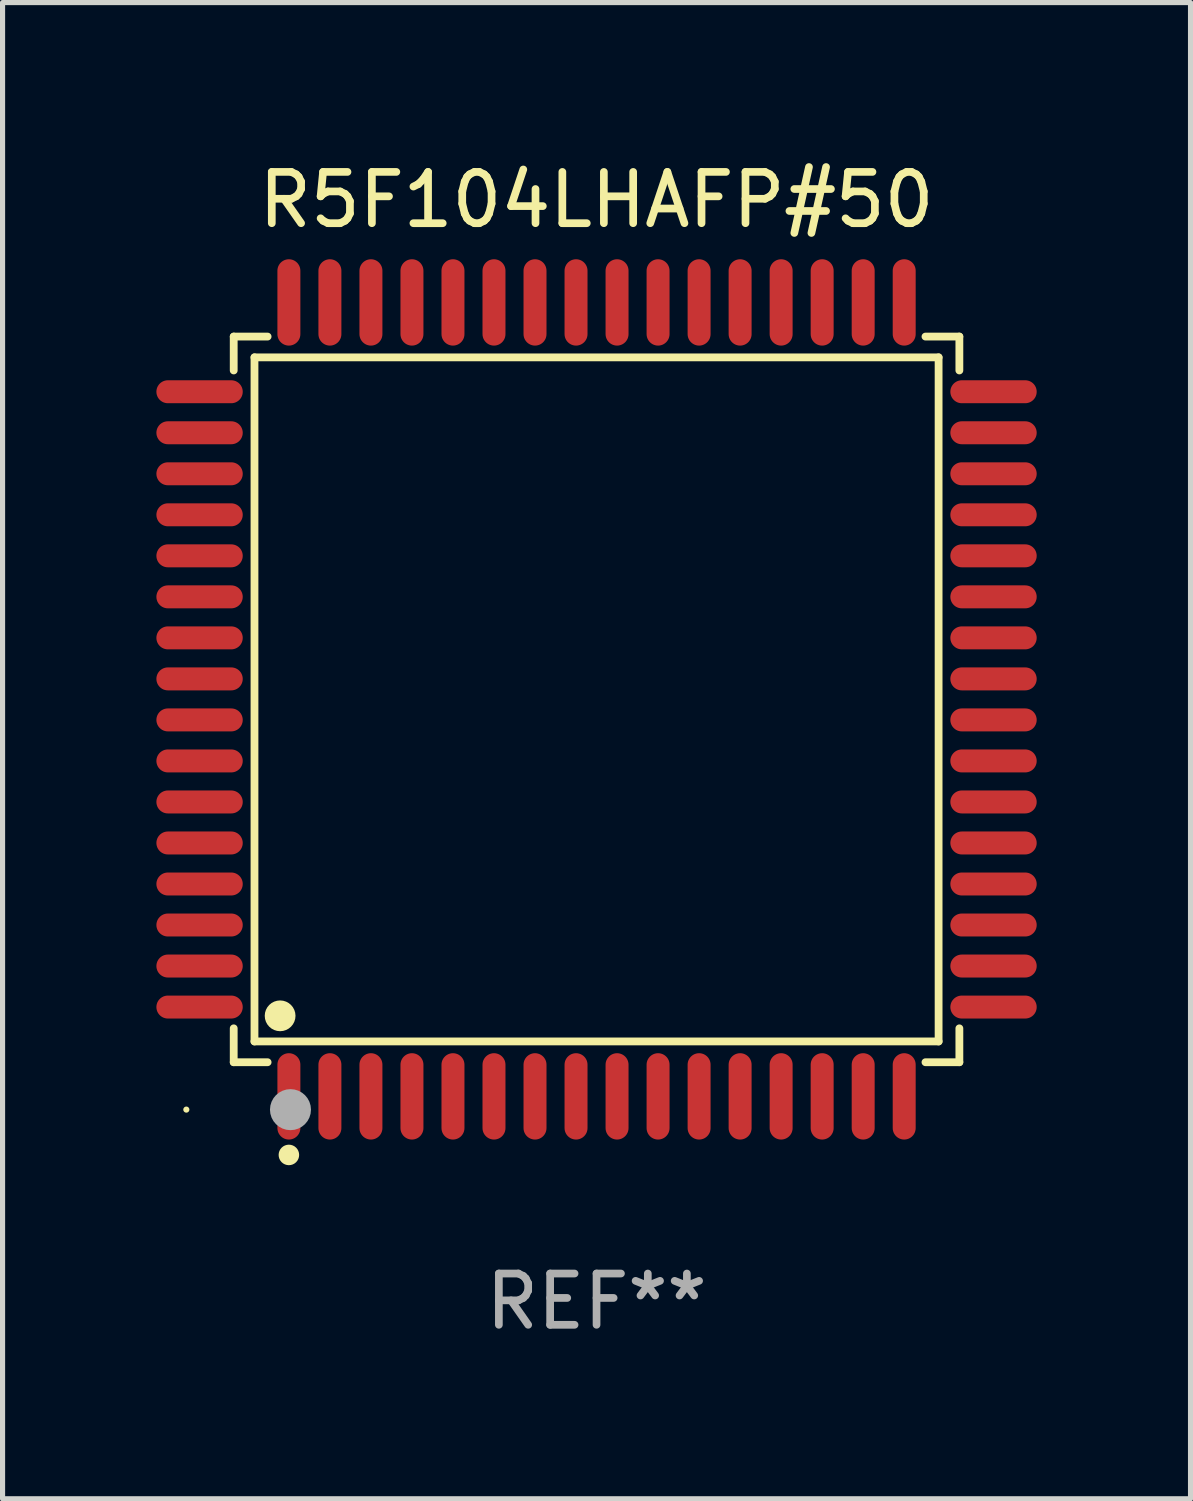
<source format=kicad_pcb>
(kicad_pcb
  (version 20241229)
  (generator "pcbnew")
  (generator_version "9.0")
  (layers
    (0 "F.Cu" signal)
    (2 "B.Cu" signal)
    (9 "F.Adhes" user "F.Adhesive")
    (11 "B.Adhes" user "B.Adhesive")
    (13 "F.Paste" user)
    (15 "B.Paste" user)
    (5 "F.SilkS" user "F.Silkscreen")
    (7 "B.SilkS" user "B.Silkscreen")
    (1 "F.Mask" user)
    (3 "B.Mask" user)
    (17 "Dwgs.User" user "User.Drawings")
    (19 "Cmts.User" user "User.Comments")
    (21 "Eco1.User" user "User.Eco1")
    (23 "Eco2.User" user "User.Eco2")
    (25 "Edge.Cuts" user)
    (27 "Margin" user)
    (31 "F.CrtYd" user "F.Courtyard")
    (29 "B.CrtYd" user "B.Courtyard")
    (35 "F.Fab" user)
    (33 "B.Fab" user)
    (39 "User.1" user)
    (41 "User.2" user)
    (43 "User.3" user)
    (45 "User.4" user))
  (footprint "R5F104LHAFP#50"
    (layer "F.Cu")
    (at 8.584 10.59)
    (property "Reference" "R5F104LHAFP#50" (at 0 -9.742 0) (layer "F.SilkS") (effects (font (size 1 1) (thickness 0.15))))
    (attr through_hole)
    (fp_line (start -7.076 -7.076) (end -6.415 -7.076) (stroke (width 0.152) (type solid)) (layer "F.SilkS"))
    (fp_line (start -7.076 -6.415) (end -7.076 -7.076) (stroke (width 0.152) (type solid)) (layer "F.SilkS"))
    (fp_line (start -7.076 6.415) (end -7.076 7.076) (stroke (width 0.152) (type solid)) (layer "F.SilkS"))
    (fp_line (start -7.076 7.076) (end -6.415 7.076) (stroke (width 0.152) (type solid)) (layer "F.SilkS"))
    (fp_line (start -6.671 -6.671) (end 6.671 -6.671) (stroke (width 0.152) (type solid)) (layer "F.SilkS"))
    (fp_line (start -6.671 6.671) (end -6.671 -6.671) (stroke (width 0.152) (type solid)) (layer "F.SilkS"))
    (fp_line (start 6.671 -6.671) (end 6.671 6.671) (stroke (width 0.152) (type solid)) (layer "F.SilkS"))
    (fp_line (start 6.671 6.671) (end -6.671 6.671) (stroke (width 0.152) (type solid)) (layer "F.SilkS"))
    (fp_line (start 7.076 -7.076) (end 6.415 -7.076) (stroke (width 0.152) (type solid)) (layer "F.SilkS"))
    (fp_line (start 7.076 -6.415) (end 7.076 -7.076) (stroke (width 0.152) (type solid)) (layer "F.SilkS"))
    (fp_line (start 7.076 6.415) (end 7.076 7.076) (stroke (width 0.152) (type solid)) (layer "F.SilkS"))
    (fp_line (start 7.076 7.076) (end 6.415 7.076) (stroke (width 0.152) (type solid)) (layer "F.SilkS"))
    (fp_circle (center -8 8) (end -7.97 8) (stroke (width 0.06) (type solid)) (fill no) (layer "F.SilkS"))
    (fp_circle (center -6.171 6.171) (end -6.021 6.171) (stroke (width 0.3) (type solid)) (fill no) (layer "F.SilkS"))
    (fp_circle (center -6 8.884) (end -5.9 8.884) (stroke (width 0.2) (type solid)) (fill no) (layer "F.SilkS"))
    (fp_circle (center -5.969 8.001) (end -5.769 8.001) (stroke (width 0.4) (type solid)) (fill no) (layer "F.Fab"))
    (fp_text user "REF**" (at 0 11.742 0) (layer "F.Fab") (effects (font (size 1 1) (thickness 0.15))))
    (pad "1" smd oval (at -6 7.742) (size 0.448 1.684) (layers "F.Cu" "F.Mask" "F.Paste"))
    (pad "2" smd oval (at -5.2 7.742) (size 0.448 1.684) (layers "F.Cu" "F.Mask" "F.Paste"))
    (pad "3" smd oval (at -4.4 7.742) (size 0.448 1.684) (layers "F.Cu" "F.Mask" "F.Paste"))
    (pad "4" smd oval (at -3.6 7.742) (size 0.448 1.684) (layers "F.Cu" "F.Mask" "F.Paste"))
    (pad "5" smd oval (at -2.8 7.742) (size 0.448 1.684) (layers "F.Cu" "F.Mask" "F.Paste"))
    (pad "6" smd oval (at -2 7.742) (size 0.448 1.684) (layers "F.Cu" "F.Mask" "F.Paste"))
    (pad "7" smd oval (at -1.2 7.742) (size 0.448 1.684) (layers "F.Cu" "F.Mask" "F.Paste"))
    (pad "8" smd oval (at -0.4 7.742) (size 0.448 1.684) (layers "F.Cu" "F.Mask" "F.Paste"))
    (pad "9" smd oval (at 0.4 7.742) (size 0.448 1.684) (layers "F.Cu" "F.Mask" "F.Paste"))
    (pad "10" smd oval (at 1.2 7.742) (size 0.448 1.684) (layers "F.Cu" "F.Mask" "F.Paste"))
    (pad "11" smd oval (at 2 7.742) (size 0.448 1.684) (layers "F.Cu" "F.Mask" "F.Paste"))
    (pad "12" smd oval (at 2.8 7.742) (size 0.448 1.684) (layers "F.Cu" "F.Mask" "F.Paste"))
    (pad "13" smd oval (at 3.6 7.742) (size 0.448 1.684) (layers "F.Cu" "F.Mask" "F.Paste"))
    (pad "14" smd oval (at 4.4 7.742) (size 0.448 1.684) (layers "F.Cu" "F.Mask" "F.Paste"))
    (pad "15" smd oval (at 5.2 7.742) (size 0.448 1.684) (layers "F.Cu" "F.Mask" "F.Paste"))
    (pad "16" smd oval (at 6 7.742) (size 0.448 1.684) (layers "F.Cu" "F.Mask" "F.Paste"))
    (pad "17" smd oval (at 7.742 6) (size 1.684 0.448) (layers "F.Cu" "F.Mask" "F.Paste"))
    (pad "18" smd oval (at 7.742 5.2) (size 1.684 0.448) (layers "F.Cu" "F.Mask" "F.Paste"))
    (pad "19" smd oval (at 7.742 4.4) (size 1.684 0.448) (layers "F.Cu" "F.Mask" "F.Paste"))
    (pad "20" smd oval (at 7.742 3.6) (size 1.684 0.448) (layers "F.Cu" "F.Mask" "F.Paste"))
    (pad "21" smd oval (at 7.742 2.8) (size 1.684 0.448) (layers "F.Cu" "F.Mask" "F.Paste"))
    (pad "22" smd oval (at 7.742 2) (size 1.684 0.448) (layers "F.Cu" "F.Mask" "F.Paste"))
    (pad "23" smd oval (at 7.742 1.2) (size 1.684 0.448) (layers "F.Cu" "F.Mask" "F.Paste"))
    (pad "24" smd oval (at 7.742 0.4) (size 1.684 0.448) (layers "F.Cu" "F.Mask" "F.Paste"))
    (pad "25" smd oval (at 7.742 -0.4) (size 1.684 0.448) (layers "F.Cu" "F.Mask" "F.Paste"))
    (pad "26" smd oval (at 7.742 -1.2) (size 1.684 0.448) (layers "F.Cu" "F.Mask" "F.Paste"))
    (pad "27" smd oval (at 7.742 -2) (size 1.684 0.448) (layers "F.Cu" "F.Mask" "F.Paste"))
    (pad "28" smd oval (at 7.742 -2.8) (size 1.684 0.448) (layers "F.Cu" "F.Mask" "F.Paste"))
    (pad "29" smd oval (at 7.742 -3.6) (size 1.684 0.448) (layers "F.Cu" "F.Mask" "F.Paste"))
    (pad "30" smd oval (at 7.742 -4.4) (size 1.684 0.448) (layers "F.Cu" "F.Mask" "F.Paste"))
    (pad "31" smd oval (at 7.742 -5.2) (size 1.684 0.448) (layers "F.Cu" "F.Mask" "F.Paste"))
    (pad "32" smd oval (at 7.742 -6) (size 1.684 0.448) (layers "F.Cu" "F.Mask" "F.Paste"))
    (pad "33" smd oval (at 6 -7.742) (size 0.448 1.684) (layers "F.Cu" "F.Mask" "F.Paste"))
    (pad "34" smd oval (at 5.2 -7.742) (size 0.448 1.684) (layers "F.Cu" "F.Mask" "F.Paste"))
    (pad "35" smd oval (at 4.4 -7.742) (size 0.448 1.684) (layers "F.Cu" "F.Mask" "F.Paste"))
    (pad "36" smd oval (at 3.6 -7.742) (size 0.448 1.684) (layers "F.Cu" "F.Mask" "F.Paste"))
    (pad "37" smd oval (at 2.8 -7.742) (size 0.448 1.684) (layers "F.Cu" "F.Mask" "F.Paste"))
    (pad "38" smd oval (at 2 -7.742) (size 0.448 1.684) (layers "F.Cu" "F.Mask" "F.Paste"))
    (pad "39" smd oval (at 1.2 -7.742) (size 0.448 1.684) (layers "F.Cu" "F.Mask" "F.Paste"))
    (pad "40" smd oval (at 0.4 -7.742) (size 0.448 1.684) (layers "F.Cu" "F.Mask" "F.Paste"))
    (pad "41" smd oval (at -0.4 -7.742) (size 0.448 1.684) (layers "F.Cu" "F.Mask" "F.Paste"))
    (pad "42" smd oval (at -1.2 -7.742) (size 0.448 1.684) (layers "F.Cu" "F.Mask" "F.Paste"))
    (pad "43" smd oval (at -2 -7.742) (size 0.448 1.684) (layers "F.Cu" "F.Mask" "F.Paste"))
    (pad "44" smd oval (at -2.8 -7.742) (size 0.448 1.684) (layers "F.Cu" "F.Mask" "F.Paste"))
    (pad "45" smd oval (at -3.6 -7.742) (size 0.448 1.684) (layers "F.Cu" "F.Mask" "F.Paste"))
    (pad "46" smd oval (at -4.4 -7.742) (size 0.448 1.684) (layers "F.Cu" "F.Mask" "F.Paste"))
    (pad "47" smd oval (at -5.2 -7.742) (size 0.448 1.684) (layers "F.Cu" "F.Mask" "F.Paste"))
    (pad "48" smd oval (at -6 -7.742) (size 0.448 1.684) (layers "F.Cu" "F.Mask" "F.Paste"))
    (pad "49" smd oval (at -7.742 -6) (size 1.684 0.448) (layers "F.Cu" "F.Mask" "F.Paste"))
    (pad "50" smd oval (at -7.742 -5.2) (size 1.684 0.448) (layers "F.Cu" "F.Mask" "F.Paste"))
    (pad "51" smd oval (at -7.742 -4.4) (size 1.684 0.448) (layers "F.Cu" "F.Mask" "F.Paste"))
    (pad "52" smd oval (at -7.742 -3.6) (size 1.684 0.448) (layers "F.Cu" "F.Mask" "F.Paste"))
    (pad "53" smd oval (at -7.742 -2.8) (size 1.684 0.448) (layers "F.Cu" "F.Mask" "F.Paste"))
    (pad "54" smd oval (at -7.742 -2) (size 1.684 0.448) (layers "F.Cu" "F.Mask" "F.Paste"))
    (pad "55" smd oval (at -7.742 -1.2) (size 1.684 0.448) (layers "F.Cu" "F.Mask" "F.Paste"))
    (pad "56" smd oval (at -7.742 -0.4) (size 1.684 0.448) (layers "F.Cu" "F.Mask" "F.Paste"))
    (pad "57" smd oval (at -7.742 0.4) (size 1.684 0.448) (layers "F.Cu" "F.Mask" "F.Paste"))
    (pad "58" smd oval (at -7.742 1.2) (size 1.684 0.448) (layers "F.Cu" "F.Mask" "F.Paste"))
    (pad "59" smd oval (at -7.742 2) (size 1.684 0.448) (layers "F.Cu" "F.Mask" "F.Paste"))
    (pad "60" smd oval (at -7.742 2.8) (size 1.684 0.448) (layers "F.Cu" "F.Mask" "F.Paste"))
    (pad "61" smd oval (at -7.742 3.6) (size 1.684 0.448) (layers "F.Cu" "F.Mask" "F.Paste"))
    (pad "62" smd oval (at -7.742 4.4) (size 1.684 0.448) (layers "F.Cu" "F.Mask" "F.Paste"))
    (pad "63" smd oval (at -7.742 5.2) (size 1.684 0.448) (layers "F.Cu" "F.Mask" "F.Paste"))
    (pad "64" smd oval (at -7.742 6) (size 1.684 0.448) (layers "F.Cu" "F.Mask" "F.Paste")))
  (gr_rect
    (start -3 -3)
    (end 20.168 26.18)
    (stroke (width 0.1) (type default))
    (fill no)
    (layer "Edge.Cuts")))
</source>
